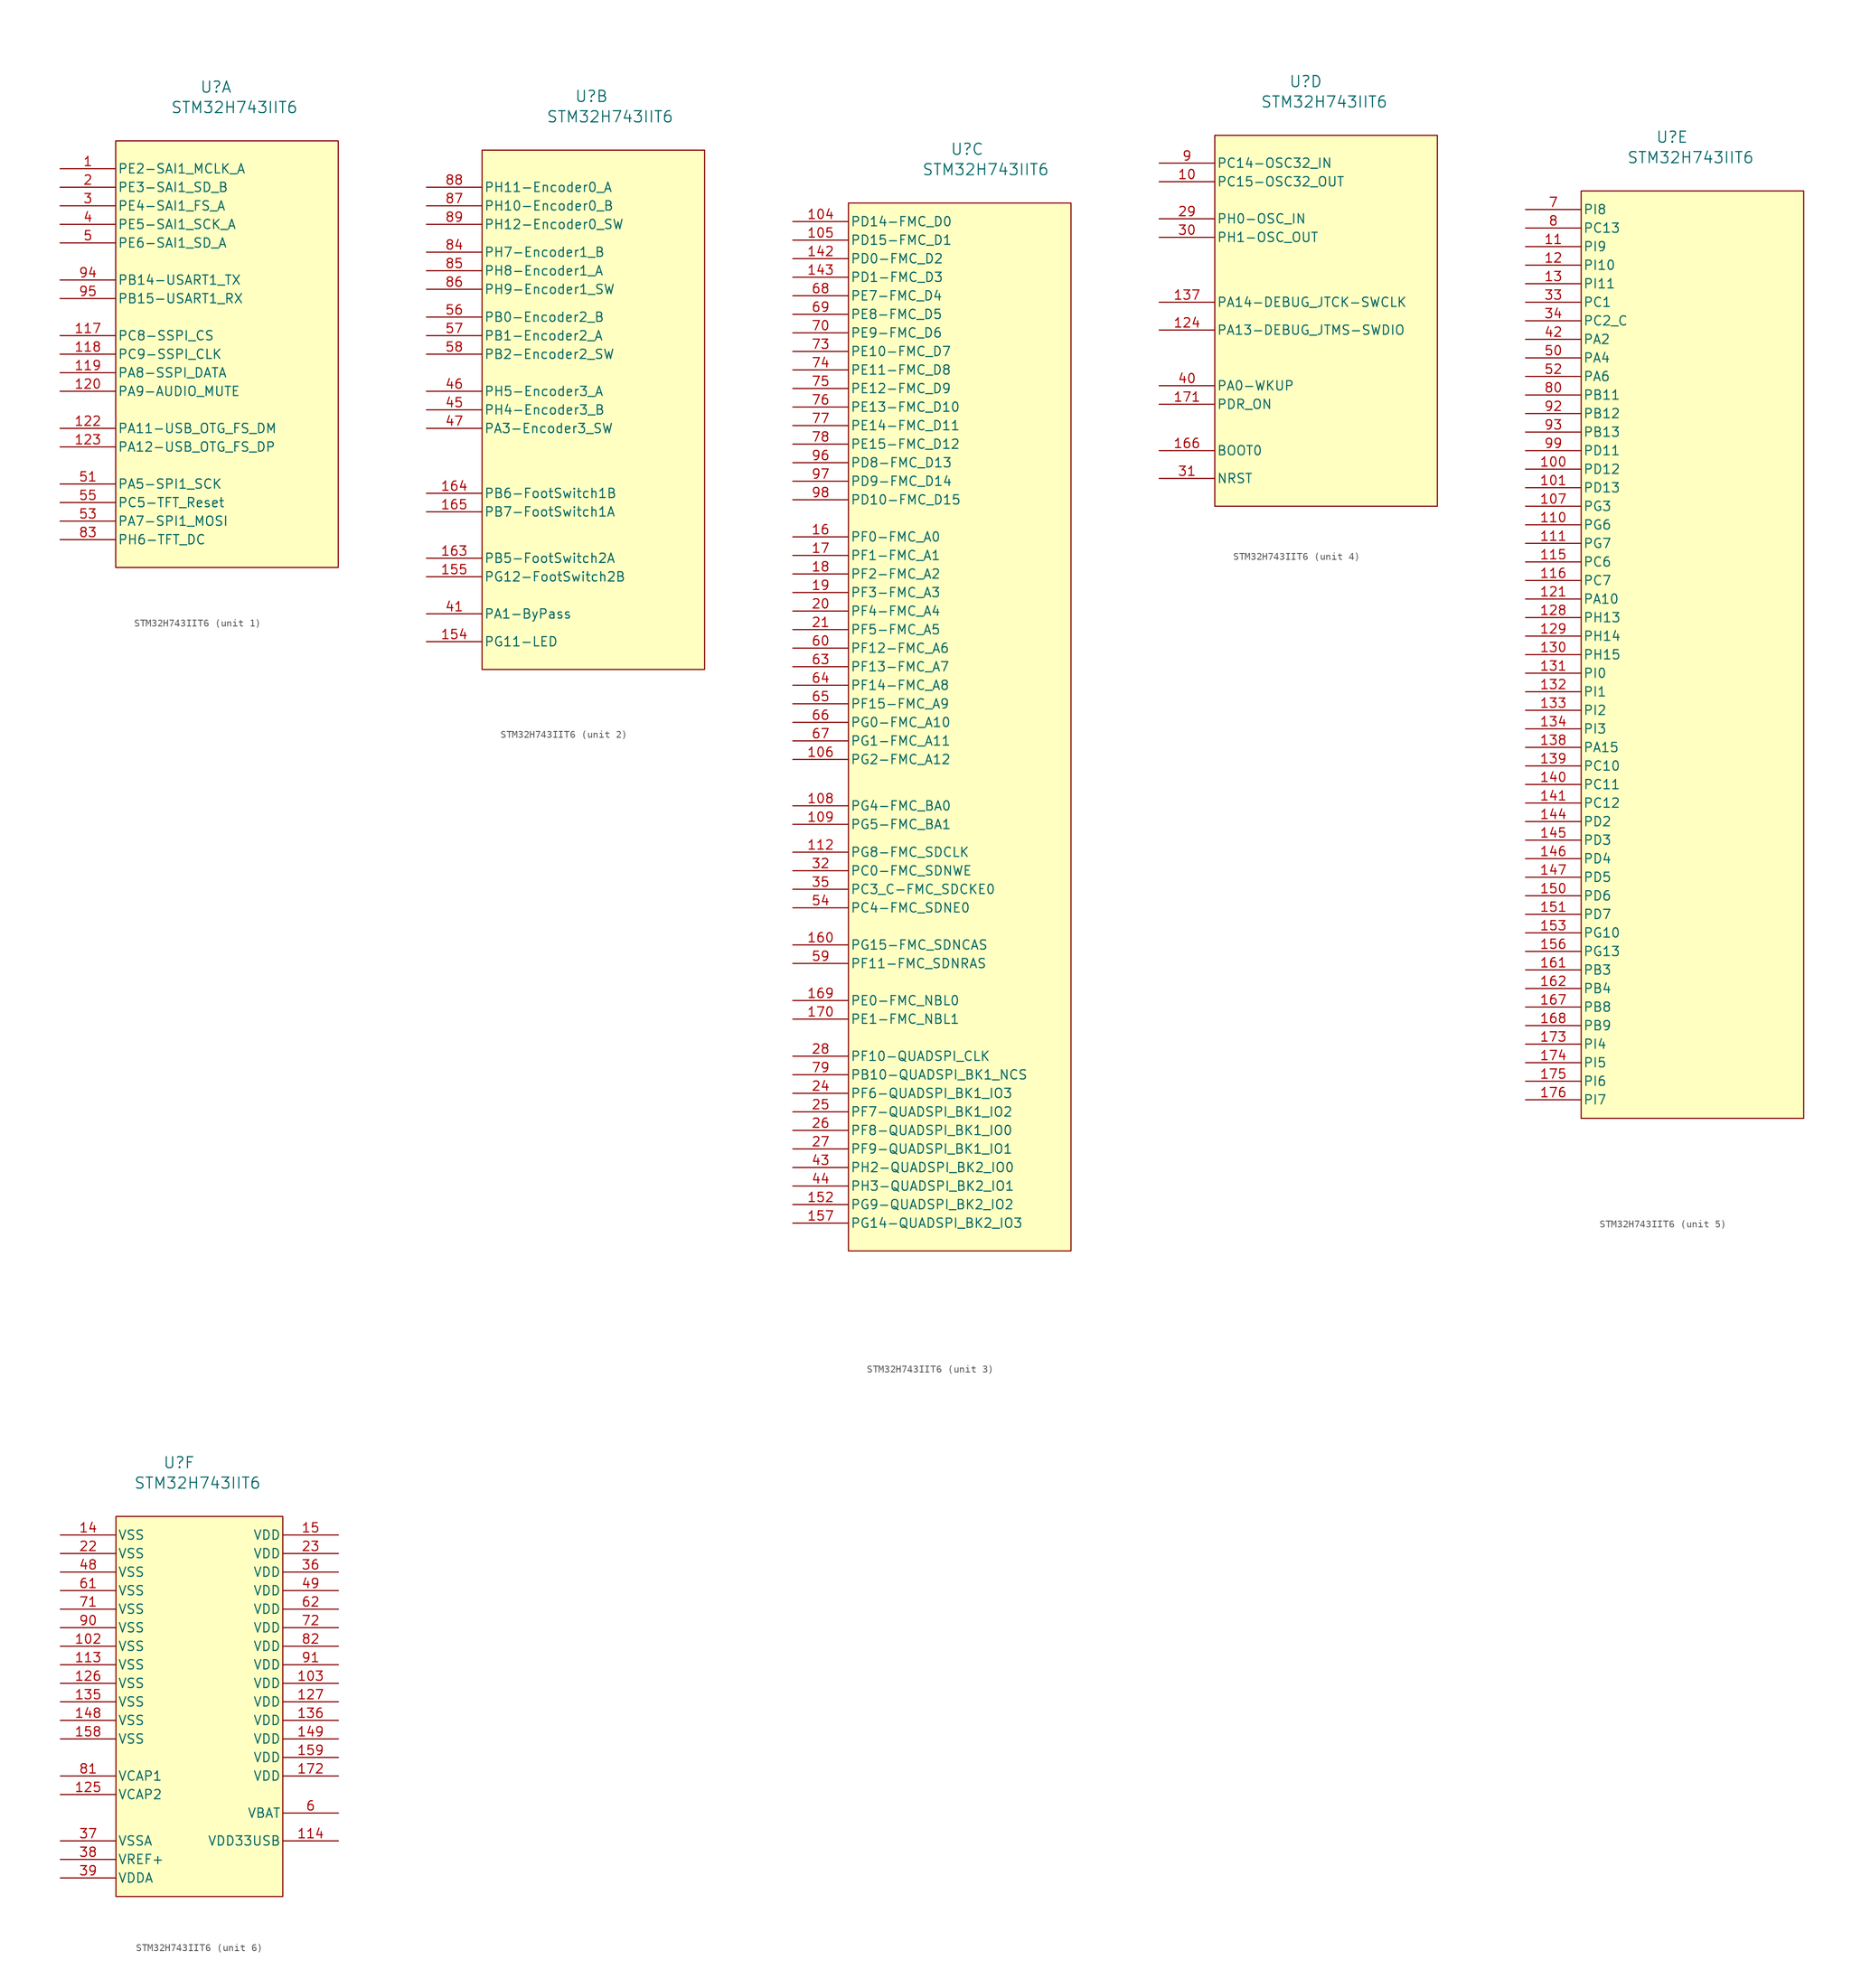
<source format=kicad_sym>
(kicad_symbol_lib
  (version 20241209)
  (generator "kicad_symbol_editor")
  (generator_version "9.0")
  (symbol "STM32H743IIT6"
    (pin_names
      (offset 0.254))
    (property "Reference" "U"
      (at 40.386 7.366 0)
      (effects (font (size 1.524 1.524))))
    (property "Value" "STM32H743IIT6"
      (at 42.926 4.572 0)
      (effects (font (size 1.524 1.524))))
    (property "ki_locked" ""
      (at 0 0 0)
      (effects (font (size 1.27 1.27))))
    (symbol "STM32H743IIT6_1_1"
      (unit_name "COM")
      (rectangle (start 26.67 0) (end 57.15 -58.42) (stroke (width 0) (type default)) (fill (type background)))
      (pin output line (at 19.05 -3.81 0) (length 7.62) (name "PE2-SAI1_MCLK_A" (effects (font (size 1.27 1.27)))) (number "1" (effects (font (size 1.27 1.27)))))
      (pin output line (at 19.05 -6.35 0) (length 7.62) (name "PE3-SAI1_SD_B" (effects (font (size 1.27 1.27)))) (number "2" (effects (font (size 1.27 1.27)))))
      (pin output line (at 19.05 -8.89 0) (length 7.62) (name "PE4-SAI1_FS_A" (effects (font (size 1.27 1.27)))) (number "3" (effects (font (size 1.27 1.27)))))
      (pin output line (at 19.05 -11.43 0) (length 7.62) (name "PE5-SAI1_SCK_A" (effects (font (size 1.27 1.27)))) (number "4" (effects (font (size 1.27 1.27)))))
      (pin output line (at 19.05 -13.97 0) (length 7.62) (name "PE6-SAI1_SD_A" (effects (font (size 1.27 1.27)))) (number "5" (effects (font (size 1.27 1.27)))))
      (pin output line (at 19.05 -19.05 0) (length 7.62) (name "PB14-USART1_TX" (effects (font (size 1.27 1.27)))) (number "94" (effects (font (size 1.27 1.27)))))
      (pin input line (at 19.05 -21.59 0) (length 7.62) (name "PB15-USART1_RX" (effects (font (size 1.27 1.27)))) (number "95" (effects (font (size 1.27 1.27)))))
      (pin output line (at 19.05 -26.67 0) (length 7.62) (name "PC8-SSPI_CS" (effects (font (size 1.27 1.27)))) (number "117" (effects (font (size 1.27 1.27)))))
      (pin output line (at 19.05 -29.21 0) (length 7.62) (name "PC9-SSPI_CLK" (effects (font (size 1.27 1.27)))) (number "118" (effects (font (size 1.27 1.27)))))
      (pin output line (at 19.05 -31.75 0) (length 7.62) (name "PA8-SSPI_DATA" (effects (font (size 1.27 1.27)))) (number "119" (effects (font (size 1.27 1.27)))))
      (pin output line (at 19.05 -34.29 0) (length 7.62) (name "PA9-AUDIO_MUTE" (effects (font (size 1.27 1.27)))) (number "120" (effects (font (size 1.27 1.27)))))
      (pin bidirectional line (at 19.05 -39.37 0) (length 7.62) (name "PA11-USB_OTG_FS_DM" (effects (font (size 1.27 1.27)))) (number "122" (effects (font (size 1.27 1.27)))))
      (pin bidirectional line (at 19.05 -41.91 0) (length 7.62) (name "PA12-USB_OTG_FS_DP" (effects (font (size 1.27 1.27)))) (number "123" (effects (font (size 1.27 1.27)))))
      (pin output line (at 19.05 -46.99 0) (length 7.62) (name "PA5-SPI1_SCK" (effects (font (size 1.27 1.27)))) (number "51" (effects (font (size 1.27 1.27)))))
      (pin output line (at 19.05 -49.53 0) (length 7.62) (name "PC5-TFT_Reset" (effects (font (size 1.27 1.27)))) (number "55" (effects (font (size 1.27 1.27)))))
      (pin output line (at 19.05 -52.07 0) (length 7.62) (name "PA7-SPI1_MOSI" (effects (font (size 1.27 1.27)))) (number "53" (effects (font (size 1.27 1.27)))))
      (pin output line (at 19.05 -54.61 0) (length 7.62) (name "PH6-TFT_DC" (effects (font (size 1.27 1.27)))) (number "83" (effects (font (size 1.27 1.27))))))
    (symbol "STM32H743IIT6_2_1"
      (unit_name "IO")
      (rectangle (start 25.4 0) (end 55.88 -71.12) (stroke (width 0) (type default)) (fill (type background)))
      (pin input line (at 17.78 -5.08 0) (length 7.62) (name "PH11-Encoder0_A" (effects (font (size 1.27 1.27)))) (number "88" (effects (font (size 1.27 1.27)))))
      (pin input line (at 17.78 -7.62 0) (length 7.62) (name "PH10-Encoder0_B" (effects (font (size 1.27 1.27)))) (number "87" (effects (font (size 1.27 1.27)))))
      (pin input line (at 17.78 -10.16 0) (length 7.62) (name "PH12-Encoder0_SW" (effects (font (size 1.27 1.27)))) (number "89" (effects (font (size 1.27 1.27)))))
      (pin input line (at 17.78 -13.97 0) (length 7.62) (name "PH7-Encoder1_B" (effects (font (size 1.27 1.27)))) (number "84" (effects (font (size 1.27 1.27)))))
      (pin input line (at 17.78 -16.51 0) (length 7.62) (name "PH8-Encoder1_A" (effects (font (size 1.27 1.27)))) (number "85" (effects (font (size 1.27 1.27)))))
      (pin input line (at 17.78 -19.05 0) (length 7.62) (name "PH9-Encoder1_SW" (effects (font (size 1.27 1.27)))) (number "86" (effects (font (size 1.27 1.27)))))
      (pin input line (at 17.78 -22.86 0) (length 7.62) (name "PB0-Encoder2_B" (effects (font (size 1.27 1.27)))) (number "56" (effects (font (size 1.27 1.27)))))
      (pin input line (at 17.78 -25.4 0) (length 7.62) (name "PB1-Encoder2_A" (effects (font (size 1.27 1.27)))) (number "57" (effects (font (size 1.27 1.27)))))
      (pin input line (at 17.78 -27.94 0) (length 7.62) (name "PB2-Encoder2_SW" (effects (font (size 1.27 1.27)))) (number "58" (effects (font (size 1.27 1.27)))))
      (pin input line (at 17.78 -33.02 0) (length 7.62) (name "PH5-Encoder3_A" (effects (font (size 1.27 1.27)))) (number "46" (effects (font (size 1.27 1.27)))))
      (pin input line (at 17.78 -35.56 0) (length 7.62) (name "PH4-Encoder3_B" (effects (font (size 1.27 1.27)))) (number "45" (effects (font (size 1.27 1.27)))))
      (pin input line (at 17.78 -38.1 0) (length 7.62) (name "PA3-Encoder3_SW" (effects (font (size 1.27 1.27)))) (number "47" (effects (font (size 1.27 1.27)))))
      (pin input line (at 17.78 -46.99 0) (length 7.62) (name "PB6-FootSwitch1B" (effects (font (size 1.27 1.27)))) (number "164" (effects (font (size 1.27 1.27)))))
      (pin input line (at 17.78 -49.53 0) (length 7.62) (name "PB7-FootSwitch1A" (effects (font (size 1.27 1.27)))) (number "165" (effects (font (size 1.27 1.27)))))
      (pin input line (at 17.78 -55.88 0) (length 7.62) (name "PB5-FootSwitch2A" (effects (font (size 1.27 1.27)))) (number "163" (effects (font (size 1.27 1.27)))))
      (pin input line (at 17.78 -58.42 0) (length 7.62) (name "PG12-FootSwitch2B" (effects (font (size 1.27 1.27)))) (number "155" (effects (font (size 1.27 1.27)))))
      (pin output line (at 17.78 -63.5 0) (length 7.62) (name "PA1-ByPass" (effects (font (size 1.27 1.27)))) (number "41" (effects (font (size 1.27 1.27)))))
      (pin output line (at 17.78 -67.31 0) (length 7.62) (name "PG11-LED" (effects (font (size 1.27 1.27)))) (number "154" (effects (font (size 1.27 1.27))))))
    (symbol "STM32H743IIT6_3_1"
      (unit_name "Memories")
      (rectangle (start 24.13 0) (end 54.61 -143.51) (stroke (width 0) (type default)) (fill (type background)))
      (pin bidirectional line (at 16.51 -2.54 0) (length 7.62) (name "PD14-FMC_D0" (effects (font (size 1.27 1.27)))) (number "104" (effects (font (size 1.27 1.27)))))
      (pin bidirectional line (at 16.51 -5.08 0) (length 7.62) (name "PD15-FMC_D1" (effects (font (size 1.27 1.27)))) (number "105" (effects (font (size 1.27 1.27)))))
      (pin bidirectional line (at 16.51 -7.62 0) (length 7.62) (name "PD0-FMC_D2" (effects (font (size 1.27 1.27)))) (number "142" (effects (font (size 1.27 1.27)))))
      (pin bidirectional line (at 16.51 -10.16 0) (length 7.62) (name "PD1-FMC_D3" (effects (font (size 1.27 1.27)))) (number "143" (effects (font (size 1.27 1.27)))))
      (pin bidirectional line (at 16.51 -12.7 0) (length 7.62) (name "PE7-FMC_D4" (effects (font (size 1.27 1.27)))) (number "68" (effects (font (size 1.27 1.27)))))
      (pin bidirectional line (at 16.51 -15.24 0) (length 7.62) (name "PE8-FMC_D5" (effects (font (size 1.27 1.27)))) (number "69" (effects (font (size 1.27 1.27)))))
      (pin bidirectional line (at 16.51 -17.78 0) (length 7.62) (name "PE9-FMC_D6" (effects (font (size 1.27 1.27)))) (number "70" (effects (font (size 1.27 1.27)))))
      (pin bidirectional line (at 16.51 -20.32 0) (length 7.62) (name "PE10-FMC_D7" (effects (font (size 1.27 1.27)))) (number "73" (effects (font (size 1.27 1.27)))))
      (pin bidirectional line (at 16.51 -22.86 0) (length 7.62) (name "PE11-FMC_D8" (effects (font (size 1.27 1.27)))) (number "74" (effects (font (size 1.27 1.27)))))
      (pin bidirectional line (at 16.51 -25.4 0) (length 7.62) (name "PE12-FMC_D9" (effects (font (size 1.27 1.27)))) (number "75" (effects (font (size 1.27 1.27)))))
      (pin bidirectional line (at 16.51 -27.94 0) (length 7.62) (name "PE13-FMC_D10" (effects (font (size 1.27 1.27)))) (number "76" (effects (font (size 1.27 1.27)))))
      (pin bidirectional line (at 16.51 -30.48 0) (length 7.62) (name "PE14-FMC_D11" (effects (font (size 1.27 1.27)))) (number "77" (effects (font (size 1.27 1.27)))))
      (pin bidirectional line (at 16.51 -33.02 0) (length 7.62) (name "PE15-FMC_D12" (effects (font (size 1.27 1.27)))) (number "78" (effects (font (size 1.27 1.27)))))
      (pin bidirectional line (at 16.51 -35.56 0) (length 7.62) (name "PD8-FMC_D13" (effects (font (size 1.27 1.27)))) (number "96" (effects (font (size 1.27 1.27)))))
      (pin bidirectional line (at 16.51 -38.1 0) (length 7.62) (name "PD9-FMC_D14" (effects (font (size 1.27 1.27)))) (number "97" (effects (font (size 1.27 1.27)))))
      (pin bidirectional line (at 16.51 -40.64 0) (length 7.62) (name "PD10-FMC_D15" (effects (font (size 1.27 1.27)))) (number "98" (effects (font (size 1.27 1.27)))))
      (pin output line (at 16.51 -45.72 0) (length 7.62) (name "PF0-FMC_A0" (effects (font (size 1.27 1.27)))) (number "16" (effects (font (size 1.27 1.27)))))
      (pin output line (at 16.51 -48.26 0) (length 7.62) (name "PF1-FMC_A1" (effects (font (size 1.27 1.27)))) (number "17" (effects (font (size 1.27 1.27)))))
      (pin output line (at 16.51 -50.8 0) (length 7.62) (name "PF2-FMC_A2" (effects (font (size 1.27 1.27)))) (number "18" (effects (font (size 1.27 1.27)))))
      (pin output line (at 16.51 -53.34 0) (length 7.62) (name "PF3-FMC_A3" (effects (font (size 1.27 1.27)))) (number "19" (effects (font (size 1.27 1.27)))))
      (pin output line (at 16.51 -55.88 0) (length 7.62) (name "PF4-FMC_A4" (effects (font (size 1.27 1.27)))) (number "20" (effects (font (size 1.27 1.27)))))
      (pin output line (at 16.51 -58.42 0) (length 7.62) (name "PF5-FMC_A5" (effects (font (size 1.27 1.27)))) (number "21" (effects (font (size 1.27 1.27)))))
      (pin output line (at 16.51 -60.96 0) (length 7.62) (name "PF12-FMC_A6" (effects (font (size 1.27 1.27)))) (number "60" (effects (font (size 1.27 1.27)))))
      (pin output line (at 16.51 -63.5 0) (length 7.62) (name "PF13-FMC_A7" (effects (font (size 1.27 1.27)))) (number "63" (effects (font (size 1.27 1.27)))))
      (pin output line (at 16.51 -66.04 0) (length 7.62) (name "PF14-FMC_A8" (effects (font (size 1.27 1.27)))) (number "64" (effects (font (size 1.27 1.27)))))
      (pin output line (at 16.51 -68.58 0) (length 7.62) (name "PF15-FMC_A9" (effects (font (size 1.27 1.27)))) (number "65" (effects (font (size 1.27 1.27)))))
      (pin output line (at 16.51 -71.12 0) (length 7.62) (name "PG0-FMC_A10" (effects (font (size 1.27 1.27)))) (number "66" (effects (font (size 1.27 1.27)))))
      (pin output line (at 16.51 -73.66 0) (length 7.62) (name "PG1-FMC_A11" (effects (font (size 1.27 1.27)))) (number "67" (effects (font (size 1.27 1.27)))))
      (pin output line (at 16.51 -76.2 0) (length 7.62) (name "PG2-FMC_A12" (effects (font (size 1.27 1.27)))) (number "106" (effects (font (size 1.27 1.27)))))
      (pin output line (at 16.51 -82.55 0) (length 7.62) (name "PG4-FMC_BA0" (effects (font (size 1.27 1.27)))) (number "108" (effects (font (size 1.27 1.27)))))
      (pin output line (at 16.51 -85.09 0) (length 7.62) (name "PG5-FMC_BA1" (effects (font (size 1.27 1.27)))) (number "109" (effects (font (size 1.27 1.27)))))
      (pin output line (at 16.51 -88.9 0) (length 7.62) (name "PG8-FMC_SDCLK" (effects (font (size 1.27 1.27)))) (number "112" (effects (font (size 1.27 1.27)))))
      (pin output line (at 16.51 -91.44 0) (length 7.62) (name "PC0-FMC_SDNWE" (effects (font (size 1.27 1.27)))) (number "32" (effects (font (size 1.27 1.27)))))
      (pin output line (at 16.51 -93.98 0) (length 7.62) (name "PC3_C-FMC_SDCKE0" (effects (font (size 1.27 1.27)))) (number "35" (effects (font (size 1.27 1.27)))))
      (pin output line (at 16.51 -96.52 0) (length 7.62) (name "PC4-FMC_SDNE0" (effects (font (size 1.27 1.27)))) (number "54" (effects (font (size 1.27 1.27)))))
      (pin output line (at 16.51 -101.6 0) (length 7.62) (name "PG15-FMC_SDNCAS" (effects (font (size 1.27 1.27)))) (number "160" (effects (font (size 1.27 1.27)))))
      (pin output line (at 16.51 -104.14 0) (length 7.62) (name "PF11-FMC_SDNRAS" (effects (font (size 1.27 1.27)))) (number "59" (effects (font (size 1.27 1.27)))))
      (pin output line (at 16.51 -109.22 0) (length 7.62) (name "PE0-FMC_NBL0" (effects (font (size 1.27 1.27)))) (number "169" (effects (font (size 1.27 1.27)))))
      (pin output line (at 16.51 -111.76 0) (length 7.62) (name "PE1-FMC_NBL1" (effects (font (size 1.27 1.27)))) (number "170" (effects (font (size 1.27 1.27)))))
      (pin output line (at 16.51 -116.84 0) (length 7.62) (name "PF10-QUADSPI_CLK" (effects (font (size 1.27 1.27)))) (number "28" (effects (font (size 1.27 1.27)))))
      (pin output line (at 16.51 -119.38 0) (length 7.62) (name "PB10-QUADSPI_BK1_NCS" (effects (font (size 1.27 1.27)))) (number "79" (effects (font (size 1.27 1.27)))))
      (pin bidirectional line (at 16.51 -121.92 0) (length 7.62) (name "PF6-QUADSPI_BK1_IO3" (effects (font (size 1.27 1.27)))) (number "24" (effects (font (size 1.27 1.27)))))
      (pin bidirectional line (at 16.51 -124.46 0) (length 7.62) (name "PF7-QUADSPI_BK1_IO2" (effects (font (size 1.27 1.27)))) (number "25" (effects (font (size 1.27 1.27)))))
      (pin bidirectional line (at 16.51 -127 0) (length 7.62) (name "PF8-QUADSPI_BK1_IO0" (effects (font (size 1.27 1.27)))) (number "26" (effects (font (size 1.27 1.27)))))
      (pin bidirectional line (at 16.51 -129.54 0) (length 7.62) (name "PF9-QUADSPI_BK1_IO1" (effects (font (size 1.27 1.27)))) (number "27" (effects (font (size 1.27 1.27)))))
      (pin bidirectional line (at 16.51 -132.08 0) (length 7.62) (name "PH2-QUADSPI_BK2_IO0" (effects (font (size 1.27 1.27)))) (number "43" (effects (font (size 1.27 1.27)))))
      (pin bidirectional line (at 16.51 -134.62 0) (length 7.62) (name "PH3-QUADSPI_BK2_IO1" (effects (font (size 1.27 1.27)))) (number "44" (effects (font (size 1.27 1.27)))))
      (pin bidirectional line (at 16.51 -137.16 0) (length 7.62) (name "PG9-QUADSPI_BK2_IO2" (effects (font (size 1.27 1.27)))) (number "152" (effects (font (size 1.27 1.27)))))
      (pin bidirectional line (at 16.51 -139.7 0) (length 7.62) (name "PG14-QUADSPI_BK2_IO3" (effects (font (size 1.27 1.27)))) (number "157" (effects (font (size 1.27 1.27))))))
    (symbol "STM32H743IIT6_4_1"
      (unit_name "Misc")
      (rectangle (start 27.94 0) (end 58.42 -50.8) (stroke (width 0) (type default)) (fill (type background)))
      (pin bidirectional line (at 20.32 -3.81 0) (length 7.62) (name "PC14-OSC32_IN" (effects (font (size 1.27 1.27)))) (number "9" (effects (font (size 1.27 1.27)))))
      (pin bidirectional line (at 20.32 -6.35 0) (length 7.62) (name "PC15-OSC32_OUT" (effects (font (size 1.27 1.27)))) (number "10" (effects (font (size 1.27 1.27)))))
      (pin bidirectional line (at 20.32 -11.43 0) (length 7.62) (name "PH0-OSC_IN" (effects (font (size 1.27 1.27)))) (number "29" (effects (font (size 1.27 1.27)))))
      (pin bidirectional line (at 20.32 -13.97 0) (length 7.62) (name "PH1-OSC_OUT" (effects (font (size 1.27 1.27)))) (number "30" (effects (font (size 1.27 1.27)))))
      (pin bidirectional line (at 20.32 -22.86 0) (length 7.62) (name "PA14-DEBUG_JTCK-SWCLK" (effects (font (size 1.27 1.27)))) (number "137" (effects (font (size 1.27 1.27)))))
      (pin bidirectional line (at 20.32 -26.67 0) (length 7.62) (name "PA13-DEBUG_JTMS-SWDIO" (effects (font (size 1.27 1.27)))) (number "124" (effects (font (size 1.27 1.27)))))
      (pin bidirectional line (at 20.32 -34.29 0) (length 7.62) (name "PA0-WKUP" (effects (font (size 1.27 1.27)))) (number "40" (effects (font (size 1.27 1.27)))))
      (pin output line (at 20.32 -36.83 0) (length 7.62) (name "PDR_ON" (effects (font (size 1.27 1.27)))) (number "171" (effects (font (size 1.27 1.27)))))
      (pin input line (at 20.32 -43.18 0) (length 7.62) (name "BOOT0" (effects (font (size 1.27 1.27)))) (number "166" (effects (font (size 1.27 1.27)))))
      (pin input line (at 20.32 -46.99 0) (length 7.62) (name "NRST" (effects (font (size 1.27 1.27)))) (number "31" (effects (font (size 1.27 1.27))))))
    (symbol "STM32H743IIT6_5_1"
      (unit_name "Unconnected")
      (rectangle (start 27.94 0) (end 58.42 -127) (stroke (width 0) (type default)) (fill (type background)))
      (pin bidirectional line (at 20.32 -2.54 0) (length 7.62) (name "PI8" (effects (font (size 1.27 1.27)))) (number "7" (effects (font (size 1.27 1.27)))))
      (pin bidirectional line (at 20.32 -5.08 0) (length 7.62) (name "PC13" (effects (font (size 1.27 1.27)))) (number "8" (effects (font (size 1.27 1.27)))))
      (pin bidirectional line (at 20.32 -7.62 0) (length 7.62) (name "PI9" (effects (font (size 1.27 1.27)))) (number "11" (effects (font (size 1.27 1.27)))))
      (pin bidirectional line (at 20.32 -10.16 0) (length 7.62) (name "PI10" (effects (font (size 1.27 1.27)))) (number "12" (effects (font (size 1.27 1.27)))))
      (pin bidirectional line (at 20.32 -12.7 0) (length 7.62) (name "PI11" (effects (font (size 1.27 1.27)))) (number "13" (effects (font (size 1.27 1.27)))))
      (pin bidirectional line (at 20.32 -15.24 0) (length 7.62) (name "PC1" (effects (font (size 1.27 1.27)))) (number "33" (effects (font (size 1.27 1.27)))))
      (pin bidirectional line (at 20.32 -17.78 0) (length 7.62) (name "PC2_C" (effects (font (size 1.27 1.27)))) (number "34" (effects (font (size 1.27 1.27)))))
      (pin bidirectional line (at 20.32 -20.32 0) (length 7.62) (name "PA2" (effects (font (size 1.27 1.27)))) (number "42" (effects (font (size 1.27 1.27)))))
      (pin bidirectional line (at 20.32 -22.86 0) (length 7.62) (name "PA4" (effects (font (size 1.27 1.27)))) (number "50" (effects (font (size 1.27 1.27)))))
      (pin bidirectional line (at 20.32 -25.4 0) (length 7.62) (name "PA6" (effects (font (size 1.27 1.27)))) (number "52" (effects (font (size 1.27 1.27)))))
      (pin bidirectional line (at 20.32 -27.94 0) (length 7.62) (name "PB11" (effects (font (size 1.27 1.27)))) (number "80" (effects (font (size 1.27 1.27)))))
      (pin bidirectional line (at 20.32 -30.48 0) (length 7.62) (name "PB12" (effects (font (size 1.27 1.27)))) (number "92" (effects (font (size 1.27 1.27)))))
      (pin bidirectional line (at 20.32 -33.02 0) (length 7.62) (name "PB13" (effects (font (size 1.27 1.27)))) (number "93" (effects (font (size 1.27 1.27)))))
      (pin bidirectional line (at 20.32 -35.56 0) (length 7.62) (name "PD11" (effects (font (size 1.27 1.27)))) (number "99" (effects (font (size 1.27 1.27)))))
      (pin bidirectional line (at 20.32 -38.1 0) (length 7.62) (name "PD12" (effects (font (size 1.27 1.27)))) (number "100" (effects (font (size 1.27 1.27)))))
      (pin bidirectional line (at 20.32 -40.64 0) (length 7.62) (name "PD13" (effects (font (size 1.27 1.27)))) (number "101" (effects (font (size 1.27 1.27)))))
      (pin bidirectional line (at 20.32 -43.18 0) (length 7.62) (name "PG3" (effects (font (size 1.27 1.27)))) (number "107" (effects (font (size 1.27 1.27)))))
      (pin bidirectional line (at 20.32 -45.72 0) (length 7.62) (name "PG6" (effects (font (size 1.27 1.27)))) (number "110" (effects (font (size 1.27 1.27)))))
      (pin bidirectional line (at 20.32 -48.26 0) (length 7.62) (name "PG7" (effects (font (size 1.27 1.27)))) (number "111" (effects (font (size 1.27 1.27)))))
      (pin bidirectional line (at 20.32 -50.8 0) (length 7.62) (name "PC6" (effects (font (size 1.27 1.27)))) (number "115" (effects (font (size 1.27 1.27)))))
      (pin bidirectional line (at 20.32 -53.34 0) (length 7.62) (name "PC7" (effects (font (size 1.27 1.27)))) (number "116" (effects (font (size 1.27 1.27)))))
      (pin bidirectional line (at 20.32 -55.88 0) (length 7.62) (name "PA10" (effects (font (size 1.27 1.27)))) (number "121" (effects (font (size 1.27 1.27)))))
      (pin bidirectional line (at 20.32 -58.42 0) (length 7.62) (name "PH13" (effects (font (size 1.27 1.27)))) (number "128" (effects (font (size 1.27 1.27)))))
      (pin bidirectional line (at 20.32 -60.96 0) (length 7.62) (name "PH14" (effects (font (size 1.27 1.27)))) (number "129" (effects (font (size 1.27 1.27)))))
      (pin bidirectional line (at 20.32 -63.5 0) (length 7.62) (name "PH15" (effects (font (size 1.27 1.27)))) (number "130" (effects (font (size 1.27 1.27)))))
      (pin bidirectional line (at 20.32 -66.04 0) (length 7.62) (name "PI0" (effects (font (size 1.27 1.27)))) (number "131" (effects (font (size 1.27 1.27)))))
      (pin bidirectional line (at 20.32 -68.58 0) (length 7.62) (name "PI1" (effects (font (size 1.27 1.27)))) (number "132" (effects (font (size 1.27 1.27)))))
      (pin bidirectional line (at 20.32 -71.12 0) (length 7.62) (name "PI2" (effects (font (size 1.27 1.27)))) (number "133" (effects (font (size 1.27 1.27)))))
      (pin bidirectional line (at 20.32 -73.66 0) (length 7.62) (name "PI3" (effects (font (size 1.27 1.27)))) (number "134" (effects (font (size 1.27 1.27)))))
      (pin bidirectional line (at 20.32 -76.2 0) (length 7.62) (name "PA15" (effects (font (size 1.27 1.27)))) (number "138" (effects (font (size 1.27 1.27)))))
      (pin bidirectional line (at 20.32 -78.74 0) (length 7.62) (name "PC10" (effects (font (size 1.27 1.27)))) (number "139" (effects (font (size 1.27 1.27)))))
      (pin bidirectional line (at 20.32 -81.28 0) (length 7.62) (name "PC11" (effects (font (size 1.27 1.27)))) (number "140" (effects (font (size 1.27 1.27)))))
      (pin bidirectional line (at 20.32 -83.82 0) (length 7.62) (name "PC12" (effects (font (size 1.27 1.27)))) (number "141" (effects (font (size 1.27 1.27)))))
      (pin bidirectional line (at 20.32 -86.36 0) (length 7.62) (name "PD2" (effects (font (size 1.27 1.27)))) (number "144" (effects (font (size 1.27 1.27)))))
      (pin bidirectional line (at 20.32 -88.9 0) (length 7.62) (name "PD3" (effects (font (size 1.27 1.27)))) (number "145" (effects (font (size 1.27 1.27)))))
      (pin bidirectional line (at 20.32 -91.44 0) (length 7.62) (name "PD4" (effects (font (size 1.27 1.27)))) (number "146" (effects (font (size 1.27 1.27)))))
      (pin bidirectional line (at 20.32 -93.98 0) (length 7.62) (name "PD5" (effects (font (size 1.27 1.27)))) (number "147" (effects (font (size 1.27 1.27)))))
      (pin bidirectional line (at 20.32 -96.52 0) (length 7.62) (name "PD6" (effects (font (size 1.27 1.27)))) (number "150" (effects (font (size 1.27 1.27)))))
      (pin bidirectional line (at 20.32 -99.06 0) (length 7.62) (name "PD7" (effects (font (size 1.27 1.27)))) (number "151" (effects (font (size 1.27 1.27)))))
      (pin bidirectional line (at 20.32 -101.6 0) (length 7.62) (name "PG10" (effects (font (size 1.27 1.27)))) (number "153" (effects (font (size 1.27 1.27)))))
      (pin bidirectional line (at 20.32 -104.14 0) (length 7.62) (name "PG13" (effects (font (size 1.27 1.27)))) (number "156" (effects (font (size 1.27 1.27)))))
      (pin bidirectional line (at 20.32 -106.68 0) (length 7.62) (name "PB3" (effects (font (size 1.27 1.27)))) (number "161" (effects (font (size 1.27 1.27)))))
      (pin bidirectional line (at 20.32 -109.22 0) (length 7.62) (name "PB4" (effects (font (size 1.27 1.27)))) (number "162" (effects (font (size 1.27 1.27)))))
      (pin bidirectional line (at 20.32 -111.76 0) (length 7.62) (name "PB8" (effects (font (size 1.27 1.27)))) (number "167" (effects (font (size 1.27 1.27)))))
      (pin bidirectional line (at 20.32 -114.3 0) (length 7.62) (name "PB9" (effects (font (size 1.27 1.27)))) (number "168" (effects (font (size 1.27 1.27)))))
      (pin bidirectional line (at 20.32 -116.84 0) (length 7.62) (name "PI4" (effects (font (size 1.27 1.27)))) (number "173" (effects (font (size 1.27 1.27)))))
      (pin bidirectional line (at 20.32 -119.38 0) (length 7.62) (name "PI5" (effects (font (size 1.27 1.27)))) (number "174" (effects (font (size 1.27 1.27)))))
      (pin bidirectional line (at 20.32 -121.92 0) (length 7.62) (name "PI6" (effects (font (size 1.27 1.27)))) (number "175" (effects (font (size 1.27 1.27)))))
      (pin bidirectional line (at 20.32 -124.46 0) (length 7.62) (name "PI7" (effects (font (size 1.27 1.27)))) (number "176" (effects (font (size 1.27 1.27))))))
    (symbol "STM32H743IIT6_6_1"
      (unit_name "Power")
      (rectangle (start 31.75 0) (end 54.61 -52.07) (stroke (width 0) (type default)) (fill (type background)))
      (pin power_in line (at 24.13 -2.54 0) (length 7.62) (name "VSS" (effects (font (size 1.27 1.27)))) (number "14" (effects (font (size 1.27 1.27)))))
      (pin power_in line (at 24.13 -5.08 0) (length 7.62) (name "VSS" (effects (font (size 1.27 1.27)))) (number "22" (effects (font (size 1.27 1.27)))))
      (pin power_in line (at 24.13 -7.62 0) (length 7.62) (name "VSS" (effects (font (size 1.27 1.27)))) (number "48" (effects (font (size 1.27 1.27)))))
      (pin power_in line (at 24.13 -10.16 0) (length 7.62) (name "VSS" (effects (font (size 1.27 1.27)))) (number "61" (effects (font (size 1.27 1.27)))))
      (pin power_in line (at 24.13 -12.7 0) (length 7.62) (name "VSS" (effects (font (size 1.27 1.27)))) (number "71" (effects (font (size 1.27 1.27)))))
      (pin power_in line (at 24.13 -15.24 0) (length 7.62) (name "VSS" (effects (font (size 1.27 1.27)))) (number "90" (effects (font (size 1.27 1.27)))))
      (pin power_in line (at 24.13 -17.78 0) (length 7.62) (name "VSS" (effects (font (size 1.27 1.27)))) (number "102" (effects (font (size 1.27 1.27)))))
      (pin power_in line (at 24.13 -20.32 0) (length 7.62) (name "VSS" (effects (font (size 1.27 1.27)))) (number "113" (effects (font (size 1.27 1.27)))))
      (pin power_in line (at 24.13 -22.86 0) (length 7.62) (name "VSS" (effects (font (size 1.27 1.27)))) (number "126" (effects (font (size 1.27 1.27)))))
      (pin power_in line (at 24.13 -25.4 0) (length 7.62) (name "VSS" (effects (font (size 1.27 1.27)))) (number "135" (effects (font (size 1.27 1.27)))))
      (pin power_in line (at 24.13 -27.94 0) (length 7.62) (name "VSS" (effects (font (size 1.27 1.27)))) (number "148" (effects (font (size 1.27 1.27)))))
      (pin power_in line (at 24.13 -30.48 0) (length 7.62) (name "VSS" (effects (font (size 1.27 1.27)))) (number "158" (effects (font (size 1.27 1.27)))))
      (pin passive line (at 24.13 -35.56 0) (length 7.62) (name "VCAP1" (effects (font (size 1.27 1.27)))) (number "81" (effects (font (size 1.27 1.27)))))
      (pin passive line (at 24.13 -38.1 0) (length 7.62) (name "VCAP2" (effects (font (size 1.27 1.27)))) (number "125" (effects (font (size 1.27 1.27)))))
      (pin power_in line (at 24.13 -44.45 0) (length 7.62) (name "VSSA" (effects (font (size 1.27 1.27)))) (number "37" (effects (font (size 1.27 1.27)))))
      (pin power_in line (at 24.13 -46.99 0) (length 7.62) (name "VREF+" (effects (font (size 1.27 1.27)))) (number "38" (effects (font (size 1.27 1.27)))))
      (pin power_in line (at 24.13 -49.53 0) (length 7.62) (name "VDDA" (effects (font (size 1.27 1.27)))) (number "39" (effects (font (size 1.27 1.27)))))
      (pin power_in line (at 62.23 -2.54 180) (length 7.62) (name "VDD" (effects (font (size 1.27 1.27)))) (number "15" (effects (font (size 1.27 1.27)))))
      (pin power_in line (at 62.23 -5.08 180) (length 7.62) (name "VDD" (effects (font (size 1.27 1.27)))) (number "23" (effects (font (size 1.27 1.27)))))
      (pin power_in line (at 62.23 -7.62 180) (length 7.62) (name "VDD" (effects (font (size 1.27 1.27)))) (number "36" (effects (font (size 1.27 1.27)))))
      (pin power_in line (at 62.23 -10.16 180) (length 7.62) (name "VDD" (effects (font (size 1.27 1.27)))) (number "49" (effects (font (size 1.27 1.27)))))
      (pin power_in line (at 62.23 -12.7 180) (length 7.62) (name "VDD" (effects (font (size 1.27 1.27)))) (number "62" (effects (font (size 1.27 1.27)))))
      (pin power_in line (at 62.23 -15.24 180) (length 7.62) (name "VDD" (effects (font (size 1.27 1.27)))) (number "72" (effects (font (size 1.27 1.27)))))
      (pin power_in line (at 62.23 -17.78 180) (length 7.62) (name "VDD" (effects (font (size 1.27 1.27)))) (number "82" (effects (font (size 1.27 1.27)))))
      (pin power_in line (at 62.23 -20.32 180) (length 7.62) (name "VDD" (effects (font (size 1.27 1.27)))) (number "91" (effects (font (size 1.27 1.27)))))
      (pin power_in line (at 62.23 -22.86 180) (length 7.62) (name "VDD" (effects (font (size 1.27 1.27)))) (number "103" (effects (font (size 1.27 1.27)))))
      (pin power_in line (at 62.23 -25.4 180) (length 7.62) (name "VDD" (effects (font (size 1.27 1.27)))) (number "127" (effects (font (size 1.27 1.27)))))
      (pin power_in line (at 62.23 -27.94 180) (length 7.62) (name "VDD" (effects (font (size 1.27 1.27)))) (number "136" (effects (font (size 1.27 1.27)))))
      (pin power_in line (at 62.23 -30.48 180) (length 7.62) (name "VDD" (effects (font (size 1.27 1.27)))) (number "149" (effects (font (size 1.27 1.27)))))
      (pin power_in line (at 62.23 -33.02 180) (length 7.62) (name "VDD" (effects (font (size 1.27 1.27)))) (number "159" (effects (font (size 1.27 1.27)))))
      (pin power_in line (at 62.23 -35.56 180) (length 7.62) (name "VDD" (effects (font (size 1.27 1.27)))) (number "172" (effects (font (size 1.27 1.27)))))
      (pin power_in line (at 62.23 -40.64 180) (length 7.62) (name "VBAT" (effects (font (size 1.27 1.27)))) (number "6" (effects (font (size 1.27 1.27)))))
      (pin power_in line (at 62.23 -44.45 180) (length 7.62) (name "VDD33USB" (effects (font (size 1.27 1.27)))) (number "114" (effects (font (size 1.27 1.27))))))))
</source>
